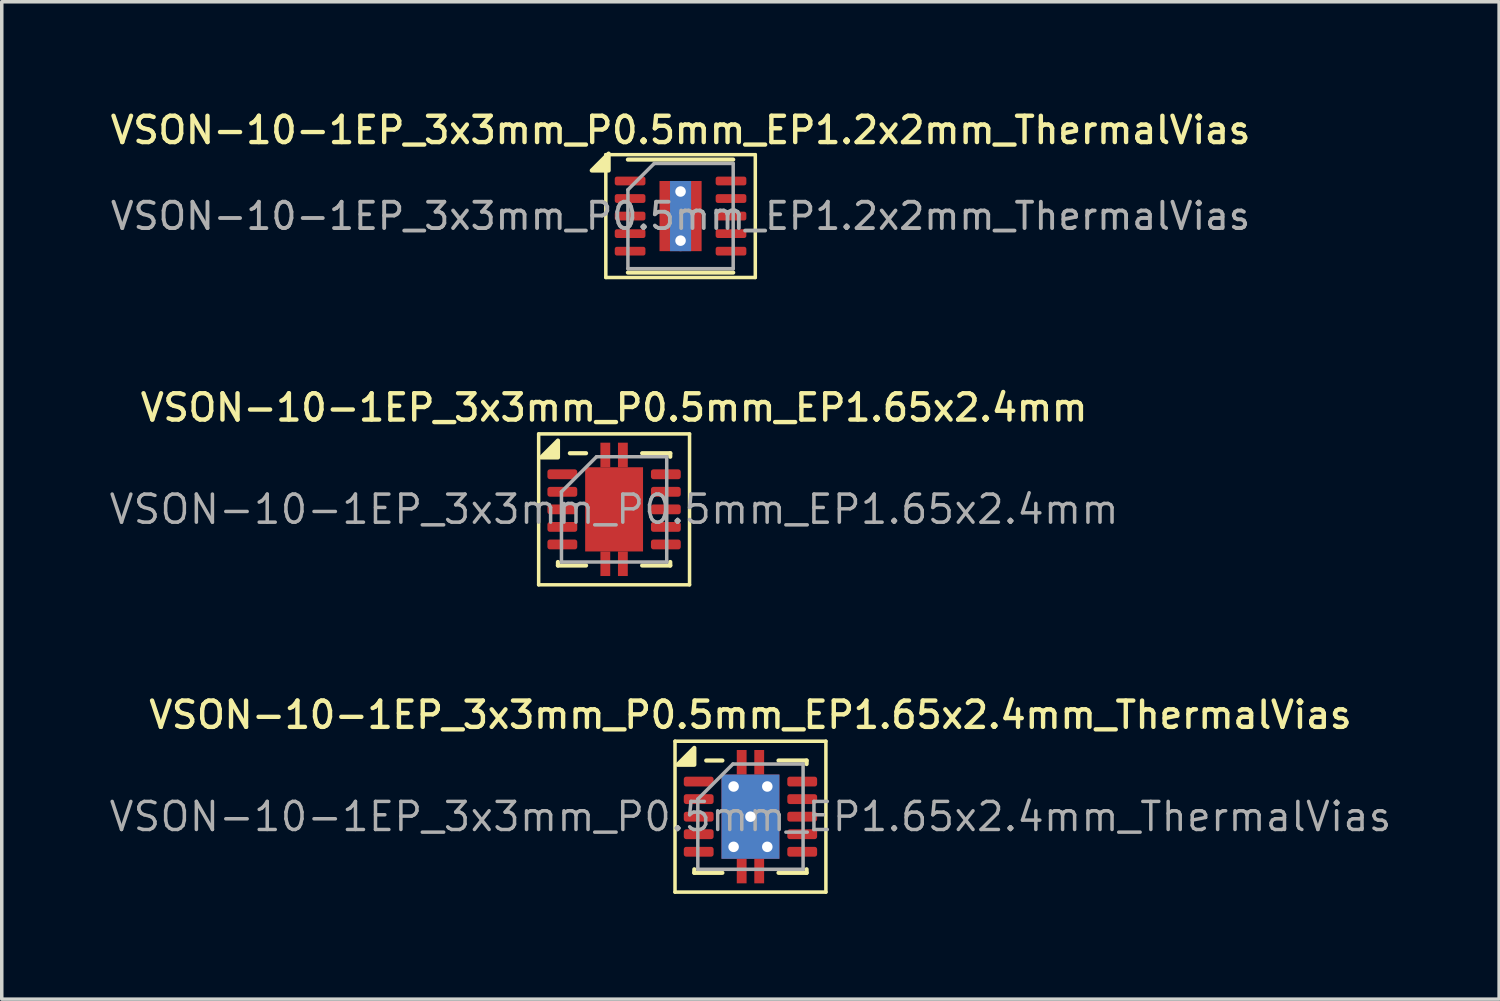
<source format=kicad_pcb>
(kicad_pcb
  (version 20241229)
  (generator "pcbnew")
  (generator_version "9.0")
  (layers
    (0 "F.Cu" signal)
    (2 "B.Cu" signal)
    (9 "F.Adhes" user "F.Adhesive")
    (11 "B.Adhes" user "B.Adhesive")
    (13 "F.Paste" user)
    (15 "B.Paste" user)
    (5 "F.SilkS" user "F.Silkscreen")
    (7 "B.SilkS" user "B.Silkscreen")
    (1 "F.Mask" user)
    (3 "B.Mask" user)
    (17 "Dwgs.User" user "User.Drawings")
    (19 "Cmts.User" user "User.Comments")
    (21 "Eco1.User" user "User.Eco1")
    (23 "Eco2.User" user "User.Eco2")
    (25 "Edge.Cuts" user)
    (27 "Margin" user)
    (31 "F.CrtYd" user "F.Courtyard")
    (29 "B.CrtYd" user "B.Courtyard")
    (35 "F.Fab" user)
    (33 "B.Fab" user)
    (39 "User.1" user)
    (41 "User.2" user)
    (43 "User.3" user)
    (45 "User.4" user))
  (footprint "VSON-10-1EP_3x3mm_P0.5mm_EP1.65x2.4mm"
    (layer "F.Cu")
    (at 14.451 11.466)
    (property "Reference" "VSON-10-1EP_3x3mm_P0.5mm_EP1.65x2.4mm" (at 0 -2.9 0) (layer "F.SilkS") (effects (font (size 0.75 0.75) (thickness 0.125))))
    (attr smd)
    (fp_line (start -2.15 -2.15) (end 2.15 -2.15) (stroke (width 0.1) (type solid)) (layer "F.SilkS"))
    (fp_line (start -2.15 2.15) (end -2.15 -2.15) (stroke (width 0.1) (type solid)) (layer "F.SilkS"))
    (fp_line (start -1.6 1.5) (end -1.6 1.6) (stroke (width 0.12) (type solid)) (layer "F.SilkS"))
    (fp_line (start -1.6 1.6) (end -0.8 1.6) (stroke (width 0.12) (type solid)) (layer "F.SilkS"))
    (fp_line (start -0.8 -1.6) (end -1.26 -1.6) (stroke (width 0.12) (type solid)) (layer "F.SilkS"))
    (fp_line (start 0.8 -1.6) (end 1.6 -1.6) (stroke (width 0.12) (type solid)) (layer "F.SilkS"))
    (fp_line (start 0.8 1.6) (end 1.6 1.6) (stroke (width 0.12) (type solid)) (layer "F.SilkS"))
    (fp_line (start 1.6 -1.6) (end 1.6 -1.5) (stroke (width 0.12) (type solid)) (layer "F.SilkS"))
    (fp_line (start 1.6 1.6) (end 1.6 1.5) (stroke (width 0.12) (type solid)) (layer "F.SilkS"))
    (fp_line (start 2.15 -2.15) (end 2.15 2.15) (stroke (width 0.1) (type solid)) (layer "F.SilkS"))
    (fp_line (start 2.15 2.15) (end -2.15 2.15) (stroke (width 0.1) (type solid)) (layer "F.SilkS"))
    (fp_poly (pts (xy -1.6 -1.48) (xy -2.08 -1.48) (xy -1.6 -1.96) (xy -1.6 -1.48)) (stroke (width 0.12) (type solid)) (fill yes) (layer "F.SilkS"))
    (fp_line (start -1.5 -0.5) (end -1.5 1.5) (stroke (width 0.1) (type solid)) (layer "F.Fab"))
    (fp_line (start -1.5 -0.5) (end -0.5 -1.5) (stroke (width 0.1) (type solid)) (layer "F.Fab"))
    (fp_line (start -1.5 1.5) (end 1.5 1.5) (stroke (width 0.1) (type solid)) (layer "F.Fab"))
    (fp_line (start -0.5 -1.5) (end 1.5 -1.5) (stroke (width 0.1) (type solid)) (layer "F.Fab"))
    (fp_line (start 1.5 -1.5) (end 1.5 1.5) (stroke (width 0.1) (type solid)) (layer "F.Fab"))
    (fp_text user "${REFERENCE}" (at 0 0 0) (layer "F.Fab") (effects (font (size 0.8 0.8) (thickness 0.1))))
    (pad "" smd rect (at -0.412 -0.8) (size 0.64 0.64) (layers "F.Paste"))
    (pad "" smd rect (at -0.412 0) (size 0.64 0.64) (layers "F.Paste"))
    (pad "" smd rect (at -0.412 0.8) (size 0.64 0.64) (layers "F.Paste"))
    (pad "" smd rect (at 0.412 -0.8) (size 0.64 0.64) (layers "F.Paste"))
    (pad "" smd rect (at 0.412 0) (size 0.64 0.64) (layers "F.Paste"))
    (pad "" smd rect (at 0.412 0.8) (size 0.64 0.64) (layers "F.Paste"))
    (pad "1" smd roundrect (at -1.475 -1) (size 0.85 0.28) (layers "F.Cu" "F.Mask" "F.Paste") (roundrect_rratio 0.25))
    (pad "2" smd roundrect (at -1.475 -0.5) (size 0.85 0.28) (layers "F.Cu" "F.Mask" "F.Paste") (roundrect_rratio 0.25))
    (pad "3" smd roundrect (at -1.475 0) (size 0.85 0.28) (layers "F.Cu" "F.Mask" "F.Paste") (roundrect_rratio 0.25))
    (pad "4" smd roundrect (at -1.475 0.5) (size 0.85 0.28) (layers "F.Cu" "F.Mask" "F.Paste") (roundrect_rratio 0.25))
    (pad "5" smd roundrect (at -1.475 1) (size 0.85 0.28) (layers "F.Cu" "F.Mask" "F.Paste") (roundrect_rratio 0.25))
    (pad "6" smd roundrect (at 1.475 1) (size 0.85 0.28) (layers "F.Cu" "F.Mask" "F.Paste") (roundrect_rratio 0.25))
    (pad "7" smd roundrect (at 1.475 0.5) (size 0.85 0.28) (layers "F.Cu" "F.Mask" "F.Paste") (roundrect_rratio 0.25))
    (pad "8" smd roundrect (at 1.475 0) (size 0.85 0.28) (layers "F.Cu" "F.Mask" "F.Paste") (roundrect_rratio 0.25))
    (pad "9" smd roundrect (at 1.475 -0.5) (size 0.85 0.28) (layers "F.Cu" "F.Mask" "F.Paste") (roundrect_rratio 0.25))
    (pad "10" smd roundrect (at 1.475 -1) (size 0.85 0.28) (layers "F.Cu" "F.Mask" "F.Paste") (roundrect_rratio 0.25))
    (pad "11" smd rect (at -0.25 -1.55) (size 0.28 0.7) (layers "F.Cu" "F.Mask" "F.Paste"))
    (pad "11" smd rect (at -0.25 1.55) (size 0.28 0.7) (layers "F.Cu" "F.Mask" "F.Paste"))
    (pad "11" smd rect (at 0 0) (size 1.65 2.4) (layers "F.Cu" "F.Mask"))
    (pad "11" smd rect (at 0.25 -1.55) (size 0.28 0.7) (layers "F.Cu" "F.Mask" "F.Paste"))
    (pad "11" smd rect (at 0.25 1.55) (size 0.28 0.7) (layers "F.Cu" "F.Mask" "F.Paste")))
  (footprint "VSON-10-1EP_3x3mm_P0.5mm_EP1.65x2.4mm_ThermalVias"
    (layer "F.Cu")
    (at 18.337 20.224)
    (property "Reference" "VSON-10-1EP_3x3mm_P0.5mm_EP1.65x2.4mm_ThermalVias" (at 0 -2.9 0) (layer "F.SilkS") (effects (font (size 0.75 0.75) (thickness 0.125))))
    (attr smd)
    (fp_line (start -2.15 -2.15) (end 2.15 -2.15) (stroke (width 0.1) (type solid)) (layer "F.SilkS"))
    (fp_line (start -2.15 2.15) (end -2.15 -2.15) (stroke (width 0.1) (type solid)) (layer "F.SilkS"))
    (fp_line (start -1.6 1.5) (end -1.6 1.6) (stroke (width 0.12) (type solid)) (layer "F.SilkS"))
    (fp_line (start -1.6 1.6) (end -0.8 1.6) (stroke (width 0.12) (type solid)) (layer "F.SilkS"))
    (fp_line (start -0.8 -1.6) (end -1.26 -1.6) (stroke (width 0.12) (type solid)) (layer "F.SilkS"))
    (fp_line (start 0.8 -1.6) (end 1.6 -1.6) (stroke (width 0.12) (type solid)) (layer "F.SilkS"))
    (fp_line (start 0.8 1.6) (end 1.6 1.6) (stroke (width 0.12) (type solid)) (layer "F.SilkS"))
    (fp_line (start 1.6 -1.6) (end 1.6 -1.5) (stroke (width 0.12) (type solid)) (layer "F.SilkS"))
    (fp_line (start 1.6 1.6) (end 1.6 1.5) (stroke (width 0.12) (type solid)) (layer "F.SilkS"))
    (fp_line (start 2.15 -2.15) (end 2.15 2.15) (stroke (width 0.1) (type solid)) (layer "F.SilkS"))
    (fp_line (start 2.15 2.15) (end -2.15 2.15) (stroke (width 0.1) (type solid)) (layer "F.SilkS"))
    (fp_poly (pts (xy -1.6 -1.48) (xy -2.08 -1.48) (xy -1.6 -1.96) (xy -1.6 -1.48)) (stroke (width 0.12) (type solid)) (fill yes) (layer "F.SilkS"))
    (fp_line (start -1.5 -0.5) (end -1.5 1.5) (stroke (width 0.1) (type solid)) (layer "F.Fab"))
    (fp_line (start -1.5 -0.5) (end -0.5 -1.5) (stroke (width 0.1) (type solid)) (layer "F.Fab"))
    (fp_line (start -1.5 1.5) (end 1.5 1.5) (stroke (width 0.1) (type solid)) (layer "F.Fab"))
    (fp_line (start -0.5 -1.5) (end 1.5 -1.5) (stroke (width 0.1) (type solid)) (layer "F.Fab"))
    (fp_line (start 1.5 -1.5) (end 1.5 1.5) (stroke (width 0.1) (type solid)) (layer "F.Fab"))
    (fp_text user "${REFERENCE}" (at 0 0 0) (layer "F.Fab") (effects (font (size 0.8 0.8) (thickness 0.1))))
    (pad "" smd rect (at -0.48 -0.86) (size 0.64 0.64) (layers "F.Paste"))
    (pad "" smd rect (at -0.48 0) (size 0.64 0.64) (layers "F.Paste"))
    (pad "" smd rect (at -0.48 0.86) (size 0.64 0.64) (layers "F.Paste"))
    (pad "" smd rect (at 0.48 -0.86) (size 0.64 0.64) (layers "F.Paste"))
    (pad "" smd rect (at 0.48 0) (size 0.64 0.64) (layers "F.Paste"))
    (pad "" smd rect (at 0.48 0.86) (size 0.64 0.64) (layers "F.Paste"))
    (pad "1" smd roundrect (at -1.475 -1) (size 0.85 0.28) (layers "F.Cu" "F.Mask" "F.Paste") (roundrect_rratio 0.25))
    (pad "2" smd roundrect (at -1.475 -0.5) (size 0.85 0.28) (layers "F.Cu" "F.Mask" "F.Paste") (roundrect_rratio 0.25))
    (pad "3" smd roundrect (at -1.475 0) (size 0.85 0.28) (layers "F.Cu" "F.Mask" "F.Paste") (roundrect_rratio 0.25))
    (pad "4" smd roundrect (at -1.475 0.5) (size 0.85 0.28) (layers "F.Cu" "F.Mask" "F.Paste") (roundrect_rratio 0.25))
    (pad "5" smd roundrect (at -1.475 1) (size 0.85 0.28) (layers "F.Cu" "F.Mask" "F.Paste") (roundrect_rratio 0.25))
    (pad "6" smd roundrect (at 1.475 1) (size 0.85 0.28) (layers "F.Cu" "F.Mask" "F.Paste") (roundrect_rratio 0.25))
    (pad "7" smd roundrect (at 1.475 0.5) (size 0.85 0.28) (layers "F.Cu" "F.Mask" "F.Paste") (roundrect_rratio 0.25))
    (pad "8" smd roundrect (at 1.475 0) (size 0.85 0.28) (layers "F.Cu" "F.Mask" "F.Paste") (roundrect_rratio 0.25))
    (pad "9" smd roundrect (at 1.475 -0.5) (size 0.85 0.28) (layers "F.Cu" "F.Mask" "F.Paste") (roundrect_rratio 0.25))
    (pad "10" smd roundrect (at 1.475 -1) (size 0.85 0.28) (layers "F.Cu" "F.Mask" "F.Paste") (roundrect_rratio 0.25))
    (pad "11" thru_hole circle (at -0.48 -0.86) (size 0.6 0.6) (drill 0.3) (layers "*.Cu"))
    (pad "11" thru_hole circle (at -0.48 0.86) (size 0.6 0.6) (drill 0.3) (layers "*.Cu"))
    (pad "11" smd rect (at -0.25 -1.55) (size 0.28 0.7) (layers "F.Cu" "F.Mask" "F.Paste"))
    (pad "11" smd rect (at -0.25 1.55) (size 0.28 0.7) (layers "F.Cu" "F.Mask" "F.Paste"))
    (pad "11" thru_hole circle (at 0 0) (size 0.6 0.6) (drill 0.3) (layers "*.Cu"))
    (pad "11" smd rect (at 0 0) (size 1.65 2.4) (layers "F.Cu" "F.Mask"))
    (pad "11" smd rect (at 0 0) (size 1.65 2.4) (layers "B.Cu"))
    (pad "11" smd rect (at 0.25 -1.55) (size 0.28 0.7) (layers "F.Cu" "F.Mask" "F.Paste"))
    (pad "11" smd rect (at 0.25 1.55) (size 0.28 0.7) (layers "F.Cu" "F.Mask" "F.Paste"))
    (pad "11" thru_hole circle (at 0.48 -0.86) (size 0.6 0.6) (drill 0.3) (layers "*.Cu"))
    (pad "11" thru_hole circle (at 0.48 0.86) (size 0.6 0.6) (drill 0.3) (layers "*.Cu")))
  (footprint "VSON-10-1EP_3x3mm_P0.5mm_EP1.2x2mm_ThermalVias"
    (layer "F.Cu")
    (at 16.345 3.108)
    (property "Reference" "VSON-10-1EP_3x3mm_P0.5mm_EP1.2x2mm_ThermalVias" (at 0 -2.45 0) (layer "F.SilkS") (effects (font (size 0.75 0.75) (thickness 0.125))))
    (attr smd)
    (fp_line (start -2.13 -1.75) (end -2.13 1.75) (stroke (width 0.1) (type solid)) (layer "F.SilkS"))
    (fp_line (start -2.13 1.75) (end 2.13 1.75) (stroke (width 0.1) (type solid)) (layer "F.SilkS"))
    (fp_line (start -1.5 -1.61) (end 1.5 -1.61) (stroke (width 0.12) (type solid)) (layer "F.SilkS"))
    (fp_line (start -1.5 1.61) (end 1.5 1.61) (stroke (width 0.12) (type solid)) (layer "F.SilkS"))
    (fp_line (start 2.13 -1.75) (end -2.13 -1.75) (stroke (width 0.1) (type solid)) (layer "F.SilkS"))
    (fp_line (start 2.13 1.75) (end 2.13 -1.75) (stroke (width 0.1) (type solid)) (layer "F.SilkS"))
    (fp_poly (pts (xy -2.05 -1.3) (xy -2.53 -1.3) (xy -2.05 -1.78) (xy -2.05 -1.3)) (stroke (width 0.12) (type solid)) (fill yes) (layer "F.SilkS"))
    (fp_line (start -1.5 -0.75) (end -0.75 -1.5) (stroke (width 0.1) (type solid)) (layer "F.Fab"))
    (fp_line (start -1.5 1.5) (end -1.5 -0.75) (stroke (width 0.1) (type solid)) (layer "F.Fab"))
    (fp_line (start -0.75 -1.5) (end 1.5 -1.5) (stroke (width 0.1) (type solid)) (layer "F.Fab"))
    (fp_line (start 1.5 -1.5) (end 1.5 1.5) (stroke (width 0.1) (type solid)) (layer "F.Fab"))
    (fp_line (start 1.5 1.5) (end -1.5 1.5) (stroke (width 0.1) (type solid)) (layer "F.Fab"))
    (fp_text user "${REFERENCE}" (at 0 0 0) (layer "F.Fab") (effects (font (size 0.75 0.75) (thickness 0.11))))
    (pad "" smd roundrect (at -0.3 -0.5) (size 0.52 0.87) (layers "F.Paste") (roundrect_rratio 0.25))
    (pad "" smd roundrect (at -0.3 0.5) (size 0.52 0.87) (layers "F.Paste") (roundrect_rratio 0.25))
    (pad "" smd roundrect (at 0.3 -0.5) (size 0.52 0.87) (layers "F.Paste") (roundrect_rratio 0.25))
    (pad "" smd roundrect (at 0.3 0.5) (size 0.52 0.87) (layers "F.Paste") (roundrect_rratio 0.25))
    (pad "1" smd roundrect (at -1.438 -1) (size 0.875 0.25) (layers "F.Cu" "F.Mask" "F.Paste") (roundrect_rratio 0.25))
    (pad "2" smd roundrect (at -1.438 -0.5) (size 0.875 0.25) (layers "F.Cu" "F.Mask" "F.Paste") (roundrect_rratio 0.25))
    (pad "3" smd roundrect (at -1.438 0) (size 0.875 0.25) (layers "F.Cu" "F.Mask" "F.Paste") (roundrect_rratio 0.25))
    (pad "4" smd roundrect (at -1.438 0.5) (size 0.875 0.25) (layers "F.Cu" "F.Mask" "F.Paste") (roundrect_rratio 0.25))
    (pad "5" smd roundrect (at -1.438 1) (size 0.875 0.25) (layers "F.Cu" "F.Mask" "F.Paste") (roundrect_rratio 0.25))
    (pad "6" smd roundrect (at 1.438 1) (size 0.875 0.25) (layers "F.Cu" "F.Mask" "F.Paste") (roundrect_rratio 0.25))
    (pad "7" smd roundrect (at 1.438 0.5) (size 0.875 0.25) (layers "F.Cu" "F.Mask" "F.Paste") (roundrect_rratio 0.25))
    (pad "8" smd roundrect (at 1.438 0) (size 0.875 0.25) (layers "F.Cu" "F.Mask" "F.Paste") (roundrect_rratio 0.25))
    (pad "9" smd roundrect (at 1.438 -0.5) (size 0.875 0.25) (layers "F.Cu" "F.Mask" "F.Paste") (roundrect_rratio 0.25))
    (pad "10" smd roundrect (at 1.438 -1) (size 0.875 0.25) (layers "F.Cu" "F.Mask" "F.Paste") (roundrect_rratio 0.25))
    (pad "11" thru_hole circle (at 0 -0.7) (size 0.6 0.6) (drill 0.3) (property pad_prop_heatsink) (layers "*.Cu"))
    (pad "11" smd rect (at 0 0) (size 0.6 2) (property pad_prop_heatsink) (layers "B.Cu"))
    (pad "11" smd rect (at 0 0) (size 1.2 2) (property pad_prop_heatsink) (layers "F.Cu" "F.Mask"))
    (pad "11" thru_hole circle (at 0 0.7) (size 0.6 0.6) (drill 0.3) (property pad_prop_heatsink) (layers "*.Cu")))
  (gr_rect
    (start -3 -3)
    (end 39.673 25.424)
    (stroke (width 0.1) (type default))
    (fill no)
    (layer "Edge.Cuts")))
</source>
